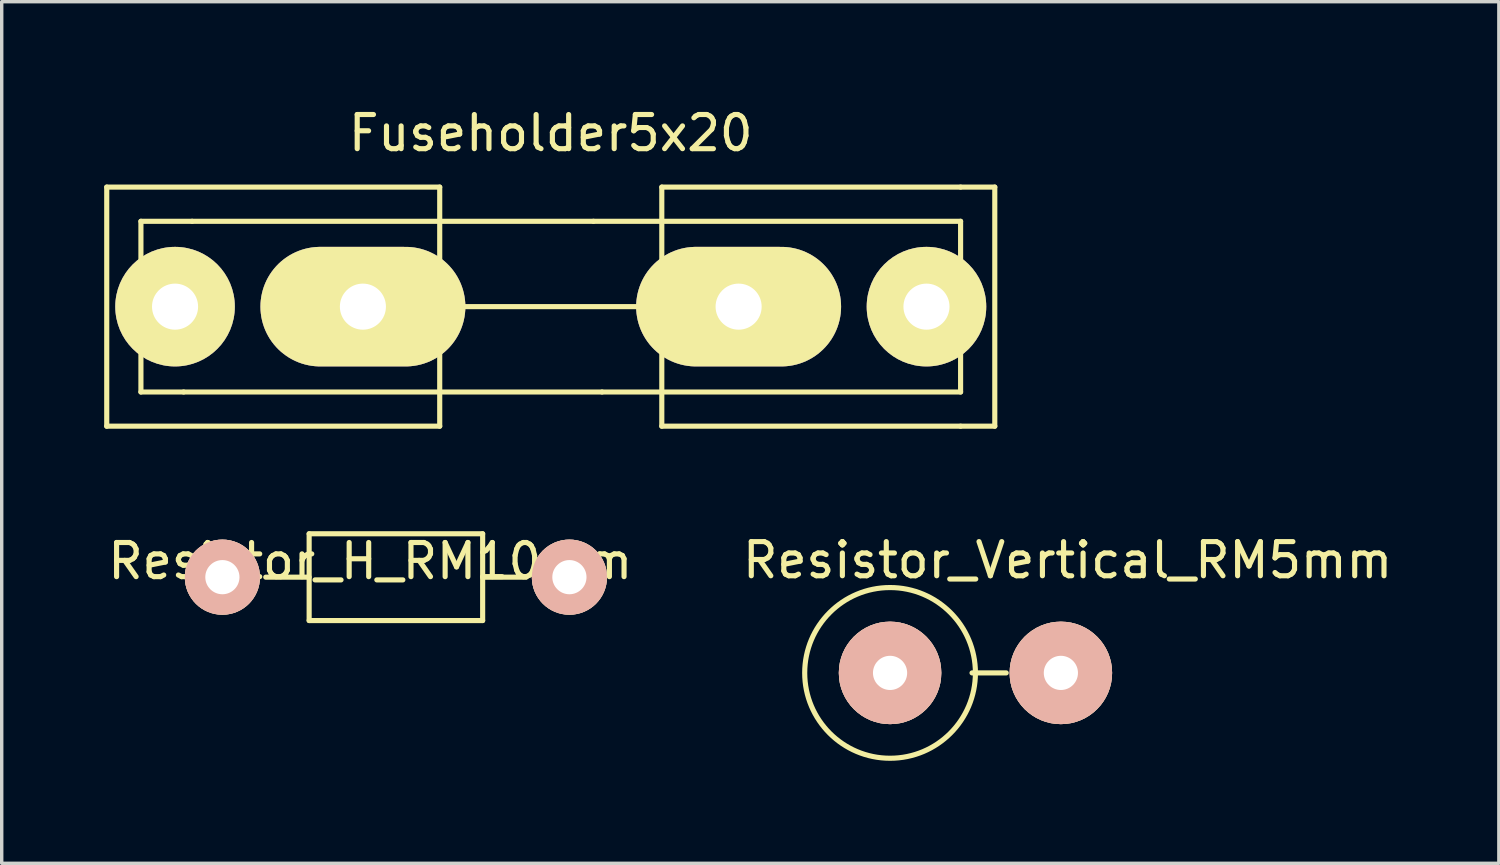
<source format=kicad_pcb>
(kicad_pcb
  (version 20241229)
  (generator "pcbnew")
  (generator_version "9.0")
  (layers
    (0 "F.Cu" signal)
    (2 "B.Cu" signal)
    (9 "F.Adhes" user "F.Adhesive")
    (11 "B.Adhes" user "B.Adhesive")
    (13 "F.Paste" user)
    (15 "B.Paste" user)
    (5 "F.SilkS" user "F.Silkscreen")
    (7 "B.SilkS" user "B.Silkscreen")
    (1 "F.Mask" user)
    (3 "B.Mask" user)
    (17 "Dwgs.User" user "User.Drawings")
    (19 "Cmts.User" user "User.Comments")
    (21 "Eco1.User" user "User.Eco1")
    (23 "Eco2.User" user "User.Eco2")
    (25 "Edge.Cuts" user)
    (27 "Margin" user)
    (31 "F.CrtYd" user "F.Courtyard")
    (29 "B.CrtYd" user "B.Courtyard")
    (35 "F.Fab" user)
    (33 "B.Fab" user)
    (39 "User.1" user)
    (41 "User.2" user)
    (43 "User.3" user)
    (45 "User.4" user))
  (footprint "Resistor_Vertical_RM5mm"
    (layer "F.Cu")
    (at 25.508 16.651)
    (property "Reference" "Resistor_Vertical_RM5mm" (at 2.7 -3.299 0) (layer "F.SilkS") (effects (font (size 1 1) (thickness 0.15))))
    (attr through_hole)
    (fp_line (start -0.099 0) (end 0.902 0) (stroke (width 0.15) (type solid)) (layer "F.SilkS"))
    (fp_circle (center -2.499 0) (end 0 0) (stroke (width 0.15) (type solid)) (fill no) (layer "F.SilkS"))
    (pad "1" thru_hole circle (at -2.499 0) (size 3 3) (drill 1.001) (layers "*.Cu" "*.SilkS" "*.Mask"))
    (pad "2" thru_hole circle (at 2.502 0) (size 3 3) (drill 1.001) (layers "*.Cu" "*.SilkS" "*.Mask")))
  (footprint "Fuseholder5x20"
    (layer "F.Cu")
    (at 13.075 5.928)
    (property "Reference" "Fuseholder5x20" (at 0 -5.08 0) (layer "F.SilkS") (effects (font (size 1 1) (thickness 0.15))))
    (attr through_hole)
    (fp_line (start -13 -3.5) (end -13 3.5) (stroke (width 0.15) (type solid)) (layer "F.SilkS"))
    (fp_line (start -11.999 -2.499) (end -11.999 2.499) (stroke (width 0.15) (type solid)) (layer "F.SilkS"))
    (fp_line (start -10.749 2.499) (end -11.999 2.499) (stroke (width 0.15) (type solid)) (layer "F.SilkS"))
    (fp_line (start -10.5 -2.499) (end -11.999 -2.499) (stroke (width 0.15) (type solid)) (layer "F.SilkS"))
    (fp_line (start -3.251 -3.5) (end -13 -3.5) (stroke (width 0.15) (type solid)) (layer "F.SilkS"))
    (fp_line (start -3.251 -3.5) (end -3.251 3.5) (stroke (width 0.15) (type solid)) (layer "F.SilkS"))
    (fp_line (start -3.251 3.5) (end -13 3.5) (stroke (width 0.15) (type solid)) (layer "F.SilkS"))
    (fp_line (start 1.25 -2.499) (end -10.5 -2.499) (stroke (width 0.15) (type solid)) (layer "F.SilkS"))
    (fp_line (start 1.501 2.499) (end -10.749 2.499) (stroke (width 0.15) (type solid)) (layer "F.SilkS"))
    (fp_line (start 3.251 -3.5) (end 3.251 3.5) (stroke (width 0.15) (type solid)) (layer "F.SilkS"))
    (fp_line (start 3.251 0) (end -3.251 0) (stroke (width 0.15) (type solid)) (layer "F.SilkS"))
    (fp_line (start 11.999 -3.5) (end 3.251 -3.5) (stroke (width 0.15) (type solid)) (layer "F.SilkS"))
    (fp_line (start 11.999 -2.499) (end 1.25 -2.499) (stroke (width 0.15) (type solid)) (layer "F.SilkS"))
    (fp_line (start 11.999 -2.499) (end 11.999 2.499) (stroke (width 0.15) (type solid)) (layer "F.SilkS"))
    (fp_line (start 11.999 2.499) (end 1.501 2.499) (stroke (width 0.15) (type solid)) (layer "F.SilkS"))
    (fp_line (start 11.999 3.5) (end 3.251 3.5) (stroke (width 0.15) (type solid)) (layer "F.SilkS"))
    (fp_line (start 13 -3.5) (end 11.999 -3.5) (stroke (width 0.15) (type solid)) (layer "F.SilkS"))
    (fp_line (start 13 -3.5) (end 13 3.5) (stroke (width 0.15) (type solid)) (layer "F.SilkS"))
    (fp_line (start 13 3.5) (end 11.999 3.5) (stroke (width 0.15) (type solid)) (layer "F.SilkS"))
    (pad "1" thru_hole circle (at -11 0) (size 3.5 3.5) (drill 1.349) (layers "*.Cu" "*.Mask" "F.SilkS"))
    (pad "1" thru_hole oval (at -5.5 0) (size 6 3.5) (drill 1.349) (layers "*.Cu" "*.Mask" "F.SilkS"))
    (pad "2" thru_hole oval (at 5.5 0) (size 6 3.5) (drill 1.349) (layers "*.Cu" "*.Mask" "F.SilkS"))
    (pad "2" thru_hole circle (at 11 0) (size 3.5 3.5) (drill 1.349) (layers "*.Cu" "*.Mask" "F.SilkS")))
  (footprint "Resistor_H_RM10mm"
    (layer "F.Cu")
    (at 8.541 13.848)
    (property "Reference" "Resistor_H_RM10mm" (at -0.749 -0.47 0) (layer "F.SilkS") (effects (font (size 1 1) (thickness 0.15))))
    (attr through_hole)
    (fp_line (start -2.54 -1.27) (end 2.54 -1.27) (stroke (width 0.15) (type solid)) (layer "F.SilkS"))
    (fp_line (start -2.54 0) (end -3.81 0) (stroke (width 0.15) (type solid)) (layer "F.SilkS"))
    (fp_line (start -2.54 1.27) (end -2.54 -1.27) (stroke (width 0.15) (type solid)) (layer "F.SilkS"))
    (fp_line (start 2.54 -1.27) (end 2.54 1.27) (stroke (width 0.15) (type solid)) (layer "F.SilkS"))
    (fp_line (start 2.54 0) (end 3.81 0) (stroke (width 0.15) (type solid)) (layer "F.SilkS"))
    (fp_line (start 2.54 1.27) (end -2.54 1.27) (stroke (width 0.15) (type solid)) (layer "F.SilkS"))
    (pad "1" thru_hole circle (at -5.08 0) (size 2.2 2.2) (drill 1.001) (layers "*.Cu" "*.SilkS" "*.Mask"))
    (pad "2" thru_hole circle (at 5.08 0) (size 2.2 2.2) (drill 1.001) (layers "*.Cu" "*.SilkS" "*.Mask")))
  (gr_rect
    (start -3 -3)
    (end 40.833 22.225)
    (stroke (width 0.1) (type default))
    (fill no)
    (layer "Edge.Cuts")))
</source>
